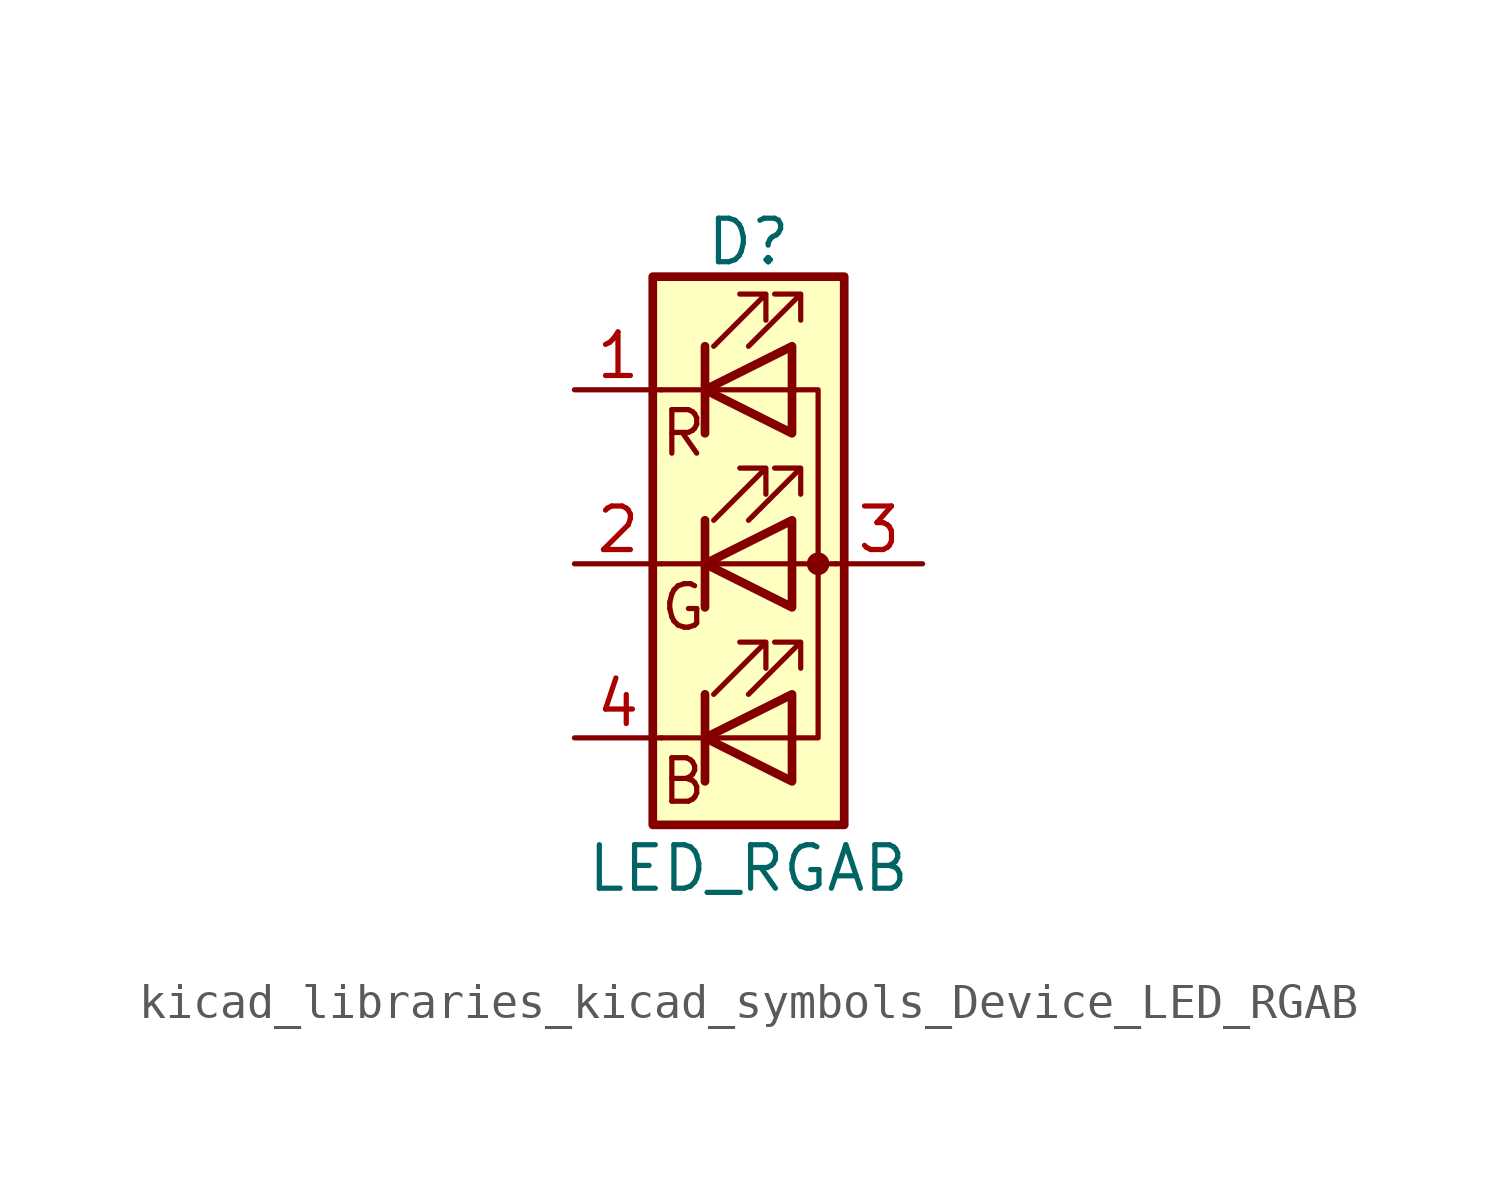
<source format=kicad_sym>
(kicad_symbol_lib
  (version 20220914)
  (generator kicad_symbol_editor)
  (symbol "kicad_libraries_kicad_symbols_Device_LED_RGAB"
    (pin_names
      (offset 0) hide)
    (property "Reference" "D"
      (at 0 9.398 0)
      (effects (font (size 1.27 1.27))))
    (property "Value" "LED_RGAB"
      (at 0 -8.89 0)
      (effects (font (size 1.27 1.27))))
    (symbol "kicad_libraries_kicad_symbols_Device_LED_RGAB_0_0"
      (text "B" (at -1.905 -6.35 0) (effects (font (size 1.27 1.27))))
      (text "G" (at -1.905 -1.27 0) (effects (font (size 1.27 1.27))))
      (text "R" (at -1.905 3.81 0) (effects (font (size 1.27 1.27)))))
    (symbol "kicad_libraries_kicad_symbols_Device_LED_RGAB_0_1"
      (polyline (pts (xy -1.27 -5.08) (xy -2.54 -5.08)) (stroke (width 0) (type default)) (fill (type none)))
      (polyline (pts (xy -1.27 -5.08) (xy 1.27 -5.08)) (stroke (width 0) (type default)) (fill (type none)))
      (polyline (pts (xy -1.27 -3.81) (xy -1.27 -6.35)) (stroke (width 0.254) (type default)) (fill (type none)))
      (polyline (pts (xy -1.27 0) (xy -2.54 0)) (stroke (width 0) (type default)) (fill (type none)))
      (polyline (pts (xy -1.27 1.27) (xy -1.27 -1.27)) (stroke (width 0.254) (type default)) (fill (type none)))
      (polyline (pts (xy -1.27 5.08) (xy -2.54 5.08)) (stroke (width 0) (type default)) (fill (type none)))
      (polyline (pts (xy -1.27 5.08) (xy 1.27 5.08)) (stroke (width 0) (type default)) (fill (type none)))
      (polyline (pts (xy -1.27 6.35) (xy -1.27 3.81)) (stroke (width 0.254) (type default)) (fill (type none)))
      (polyline (pts (xy 1.27 0) (xy -1.27 0)) (stroke (width 0) (type default)) (fill (type none)))
      (polyline (pts (xy 1.27 0) (xy 2.54 0)) (stroke (width 0) (type default)) (fill (type none)))
      (polyline (pts (xy -1.27 1.27) (xy -1.27 -1.27) (xy -1.27 -1.27)) (stroke (width 0) (type default)) (fill (type none)))
      (polyline (pts (xy -1.27 6.35) (xy -1.27 3.81) (xy -1.27 3.81)) (stroke (width 0) (type default)) (fill (type none)))
      (polyline (pts (xy 1.27 -5.08) (xy 2.032 -5.08) (xy 2.032 5.08) (xy 1.27 5.08)) (stroke (width 0) (type default)) (fill (type none)))
      (polyline (pts (xy 1.27 -3.81) (xy 1.27 -6.35) (xy -1.27 -5.08) (xy 1.27 -3.81)) (stroke (width 0.254) (type default)) (fill (type none)))
      (polyline (pts (xy 1.27 1.27) (xy 1.27 -1.27) (xy -1.27 0) (xy 1.27 1.27)) (stroke (width 0.254) (type default)) (fill (type none)))
      (polyline (pts (xy 1.27 6.35) (xy 1.27 3.81) (xy -1.27 5.08) (xy 1.27 6.35)) (stroke (width 0.254) (type default)) (fill (type none)))
      (polyline (pts (xy -1.016 -3.81) (xy 0.508 -2.286) (xy -0.254 -2.286) (xy 0.508 -2.286) (xy 0.508 -3.048)) (stroke (width 0) (type default)) (fill (type none)))
      (polyline (pts (xy -1.016 1.27) (xy 0.508 2.794) (xy -0.254 2.794) (xy 0.508 2.794) (xy 0.508 2.032)) (stroke (width 0) (type default)) (fill (type none)))
      (polyline (pts (xy -1.016 6.35) (xy 0.508 7.874) (xy -0.254 7.874) (xy 0.508 7.874) (xy 0.508 7.112)) (stroke (width 0) (type default)) (fill (type none)))
      (polyline (pts (xy 0 -3.81) (xy 1.524 -2.286) (xy 0.762 -2.286) (xy 1.524 -2.286) (xy 1.524 -3.048)) (stroke (width 0) (type default)) (fill (type none)))
      (polyline (pts (xy 0 1.27) (xy 1.524 2.794) (xy 0.762 2.794) (xy 1.524 2.794) (xy 1.524 2.032)) (stroke (width 0) (type default)) (fill (type none)))
      (polyline (pts (xy 0 6.35) (xy 1.524 7.874) (xy 0.762 7.874) (xy 1.524 7.874) (xy 1.524 7.112)) (stroke (width 0) (type default)) (fill (type none)))
      (rectangle (start 1.27 -1.27) (end 1.27 1.27) (stroke (width 0) (type default)) (fill (type none)))
      (rectangle (start 1.27 1.27) (end 1.27 1.27) (stroke (width 0) (type default)) (fill (type none)))
      (rectangle (start 1.27 3.81) (end 1.27 6.35) (stroke (width 0) (type default)) (fill (type none)))
      (rectangle (start 1.27 6.35) (end 1.27 6.35) (stroke (width 0) (type default)) (fill (type none)))
      (circle (center 2.032 0) (radius 0.254) (stroke (width 0) (type default)) (fill (type outline)))
      (rectangle (start 2.794 8.382) (end -2.794 -7.62) (stroke (width 0.254) (type default)) (fill (type background))))
    (symbol "kicad_libraries_kicad_symbols_Device_LED_RGAB_1_1"
      (pin passive line (at -5.08 5.08 0) (length 2.54) (name "RK" (effects (font (size 1.27 1.27)))) (number "1" (effects (font (size 1.27 1.27)))))
      (pin passive line (at -5.08 0 0) (length 2.54) (name "GK" (effects (font (size 1.27 1.27)))) (number "2" (effects (font (size 1.27 1.27)))))
      (pin passive line (at 5.08 0 180) (length 2.54) (name "A" (effects (font (size 1.27 1.27)))) (number "3" (effects (font (size 1.27 1.27)))))
      (pin passive line (at -5.08 -5.08 0) (length 2.54) (name "BK" (effects (font (size 1.27 1.27)))) (number "4" (effects (font (size 1.27 1.27))))))))
</source>
